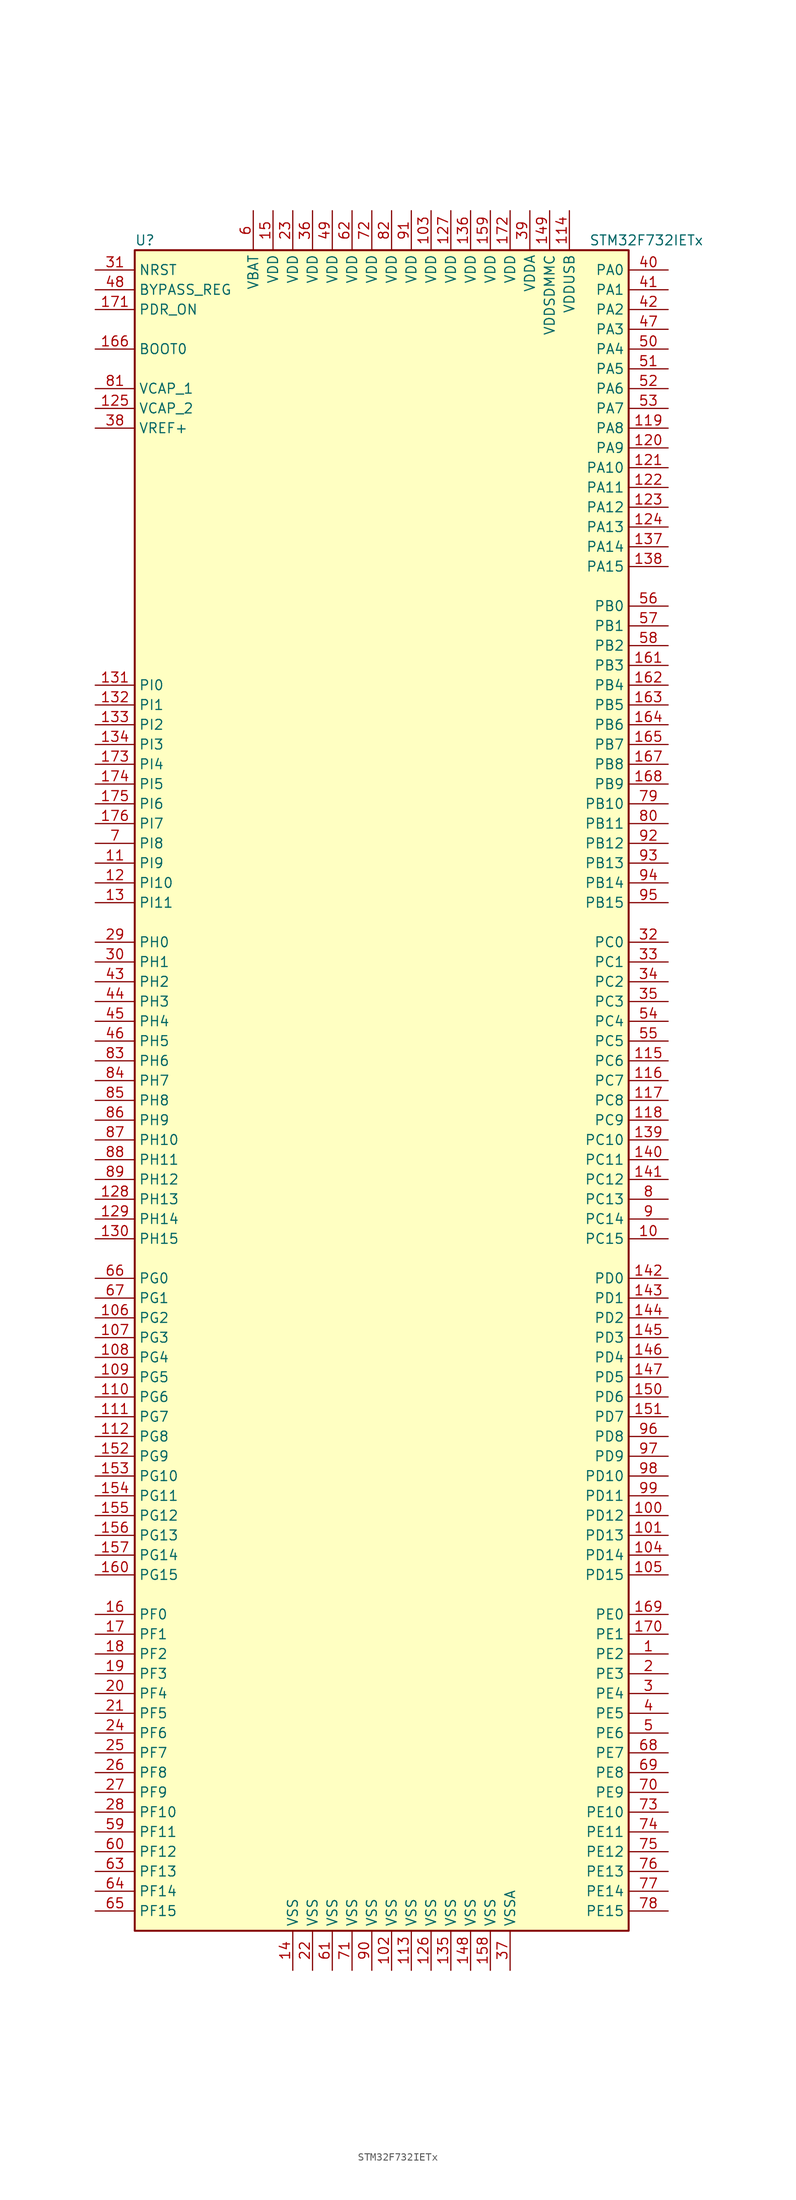
<source format=kicad_sym>
(kicad_symbol_lib
  (version 20201005)
  (generator kicad_symbol_editor)
  (symbol "STM32F732IETx"
    (property "Reference" "U"
      (at -33.02 107.95 0)
      (effects (font (size 1.27 1.27)) (justify left)))
    (property "Value" "STM32F732IETx"
      (at 25.4 107.95 0)
      (effects (font (size 1.27 1.27)) (justify left)))
    (symbol "STM32F732IETx_0_1"
      (rectangle (start -33.02 -109.22) (end 30.48 106.68) (stroke (width 0.254)) (fill (type background))))
    (symbol "STM32F732IETx_1_1"
      (pin bidirectional line (at 35.56 -73.66 180) (length 5.08) (name "PE2" (effects (font (size 1.27 1.27)))) (number "1" (effects (font (size 1.27 1.27)))))
      (pin bidirectional line (at 35.56 -20.32 180) (length 5.08) (name "PC15" (effects (font (size 1.27 1.27)))) (number "10" (effects (font (size 1.27 1.27)))))
      (pin bidirectional line (at 35.56 -55.88 180) (length 5.08) (name "PD12" (effects (font (size 1.27 1.27)))) (number "100" (effects (font (size 1.27 1.27)))))
      (pin bidirectional line (at 35.56 -58.42 180) (length 5.08) (name "PD13" (effects (font (size 1.27 1.27)))) (number "101" (effects (font (size 1.27 1.27)))))
      (pin power_in line (at 0 -114.3 90) (length 5.08) (name "VSS" (effects (font (size 1.27 1.27)))) (number "102" (effects (font (size 1.27 1.27)))))
      (pin power_in line (at 5.08 111.76 270) (length 5.08) (name "VDD" (effects (font (size 1.27 1.27)))) (number "103" (effects (font (size 1.27 1.27)))))
      (pin bidirectional line (at 35.56 -60.96 180) (length 5.08) (name "PD14" (effects (font (size 1.27 1.27)))) (number "104" (effects (font (size 1.27 1.27)))))
      (pin bidirectional line (at 35.56 -63.5 180) (length 5.08) (name "PD15" (effects (font (size 1.27 1.27)))) (number "105" (effects (font (size 1.27 1.27)))))
      (pin bidirectional line (at -38.1 -30.48 0) (length 5.08) (name "PG2" (effects (font (size 1.27 1.27)))) (number "106" (effects (font (size 1.27 1.27)))))
      (pin bidirectional line (at -38.1 -33.02 0) (length 5.08) (name "PG3" (effects (font (size 1.27 1.27)))) (number "107" (effects (font (size 1.27 1.27)))))
      (pin bidirectional line (at -38.1 -35.56 0) (length 5.08) (name "PG4" (effects (font (size 1.27 1.27)))) (number "108" (effects (font (size 1.27 1.27)))))
      (pin bidirectional line (at -38.1 -38.1 0) (length 5.08) (name "PG5" (effects (font (size 1.27 1.27)))) (number "109" (effects (font (size 1.27 1.27)))))
      (pin bidirectional line (at -38.1 27.94 0) (length 5.08) (name "PI9" (effects (font (size 1.27 1.27)))) (number "11" (effects (font (size 1.27 1.27)))))
      (pin bidirectional line (at -38.1 -40.64 0) (length 5.08) (name "PG6" (effects (font (size 1.27 1.27)))) (number "110" (effects (font (size 1.27 1.27)))))
      (pin bidirectional line (at -38.1 -43.18 0) (length 5.08) (name "PG7" (effects (font (size 1.27 1.27)))) (number "111" (effects (font (size 1.27 1.27)))))
      (pin bidirectional line (at -38.1 -45.72 0) (length 5.08) (name "PG8" (effects (font (size 1.27 1.27)))) (number "112" (effects (font (size 1.27 1.27)))))
      (pin power_in line (at 2.54 -114.3 90) (length 5.08) (name "VSS" (effects (font (size 1.27 1.27)))) (number "113" (effects (font (size 1.27 1.27)))))
      (pin power_in line (at 22.86 111.76 270) (length 5.08) (name "VDDUSB" (effects (font (size 1.27 1.27)))) (number "114" (effects (font (size 1.27 1.27)))))
      (pin bidirectional line (at 35.56 2.54 180) (length 5.08) (name "PC6" (effects (font (size 1.27 1.27)))) (number "115" (effects (font (size 1.27 1.27)))))
      (pin bidirectional line (at 35.56 0 180) (length 5.08) (name "PC7" (effects (font (size 1.27 1.27)))) (number "116" (effects (font (size 1.27 1.27)))))
      (pin bidirectional line (at 35.56 -2.54 180) (length 5.08) (name "PC8" (effects (font (size 1.27 1.27)))) (number "117" (effects (font (size 1.27 1.27)))))
      (pin bidirectional line (at 35.56 -5.08 180) (length 5.08) (name "PC9" (effects (font (size 1.27 1.27)))) (number "118" (effects (font (size 1.27 1.27)))))
      (pin bidirectional line (at 35.56 83.82 180) (length 5.08) (name "PA8" (effects (font (size 1.27 1.27)))) (number "119" (effects (font (size 1.27 1.27)))))
      (pin bidirectional line (at -38.1 25.4 0) (length 5.08) (name "PI10" (effects (font (size 1.27 1.27)))) (number "12" (effects (font (size 1.27 1.27)))))
      (pin bidirectional line (at 35.56 81.28 180) (length 5.08) (name "PA9" (effects (font (size 1.27 1.27)))) (number "120" (effects (font (size 1.27 1.27)))))
      (pin bidirectional line (at 35.56 78.74 180) (length 5.08) (name "PA10" (effects (font (size 1.27 1.27)))) (number "121" (effects (font (size 1.27 1.27)))))
      (pin bidirectional line (at 35.56 76.2 180) (length 5.08) (name "PA11" (effects (font (size 1.27 1.27)))) (number "122" (effects (font (size 1.27 1.27)))))
      (pin bidirectional line (at 35.56 73.66 180) (length 5.08) (name "PA12" (effects (font (size 1.27 1.27)))) (number "123" (effects (font (size 1.27 1.27)))))
      (pin bidirectional line (at 35.56 71.12 180) (length 5.08) (name "PA13" (effects (font (size 1.27 1.27)))) (number "124" (effects (font (size 1.27 1.27)))))
      (pin power_in line (at -38.1 86.36 0) (length 5.08) (name "VCAP_2" (effects (font (size 1.27 1.27)))) (number "125" (effects (font (size 1.27 1.27)))))
      (pin power_in line (at 5.08 -114.3 90) (length 5.08) (name "VSS" (effects (font (size 1.27 1.27)))) (number "126" (effects (font (size 1.27 1.27)))))
      (pin power_in line (at 7.62 111.76 270) (length 5.08) (name "VDD" (effects (font (size 1.27 1.27)))) (number "127" (effects (font (size 1.27 1.27)))))
      (pin bidirectional line (at -38.1 -15.24 0) (length 5.08) (name "PH13" (effects (font (size 1.27 1.27)))) (number "128" (effects (font (size 1.27 1.27)))))
      (pin bidirectional line (at -38.1 -17.78 0) (length 5.08) (name "PH14" (effects (font (size 1.27 1.27)))) (number "129" (effects (font (size 1.27 1.27)))))
      (pin bidirectional line (at -38.1 22.86 0) (length 5.08) (name "PI11" (effects (font (size 1.27 1.27)))) (number "13" (effects (font (size 1.27 1.27)))))
      (pin bidirectional line (at -38.1 -20.32 0) (length 5.08) (name "PH15" (effects (font (size 1.27 1.27)))) (number "130" (effects (font (size 1.27 1.27)))))
      (pin bidirectional line (at -38.1 50.8 0) (length 5.08) (name "PI0" (effects (font (size 1.27 1.27)))) (number "131" (effects (font (size 1.27 1.27)))))
      (pin bidirectional line (at -38.1 48.26 0) (length 5.08) (name "PI1" (effects (font (size 1.27 1.27)))) (number "132" (effects (font (size 1.27 1.27)))))
      (pin bidirectional line (at -38.1 45.72 0) (length 5.08) (name "PI2" (effects (font (size 1.27 1.27)))) (number "133" (effects (font (size 1.27 1.27)))))
      (pin bidirectional line (at -38.1 43.18 0) (length 5.08) (name "PI3" (effects (font (size 1.27 1.27)))) (number "134" (effects (font (size 1.27 1.27)))))
      (pin power_in line (at 7.62 -114.3 90) (length 5.08) (name "VSS" (effects (font (size 1.27 1.27)))) (number "135" (effects (font (size 1.27 1.27)))))
      (pin power_in line (at 10.16 111.76 270) (length 5.08) (name "VDD" (effects (font (size 1.27 1.27)))) (number "136" (effects (font (size 1.27 1.27)))))
      (pin bidirectional line (at 35.56 68.58 180) (length 5.08) (name "PA14" (effects (font (size 1.27 1.27)))) (number "137" (effects (font (size 1.27 1.27)))))
      (pin bidirectional line (at 35.56 66.04 180) (length 5.08) (name "PA15" (effects (font (size 1.27 1.27)))) (number "138" (effects (font (size 1.27 1.27)))))
      (pin bidirectional line (at 35.56 -7.62 180) (length 5.08) (name "PC10" (effects (font (size 1.27 1.27)))) (number "139" (effects (font (size 1.27 1.27)))))
      (pin power_in line (at -12.7 -114.3 90) (length 5.08) (name "VSS" (effects (font (size 1.27 1.27)))) (number "14" (effects (font (size 1.27 1.27)))))
      (pin bidirectional line (at 35.56 -10.16 180) (length 5.08) (name "PC11" (effects (font (size 1.27 1.27)))) (number "140" (effects (font (size 1.27 1.27)))))
      (pin bidirectional line (at 35.56 -12.7 180) (length 5.08) (name "PC12" (effects (font (size 1.27 1.27)))) (number "141" (effects (font (size 1.27 1.27)))))
      (pin bidirectional line (at 35.56 -25.4 180) (length 5.08) (name "PD0" (effects (font (size 1.27 1.27)))) (number "142" (effects (font (size 1.27 1.27)))))
      (pin bidirectional line (at 35.56 -27.94 180) (length 5.08) (name "PD1" (effects (font (size 1.27 1.27)))) (number "143" (effects (font (size 1.27 1.27)))))
      (pin bidirectional line (at 35.56 -30.48 180) (length 5.08) (name "PD2" (effects (font (size 1.27 1.27)))) (number "144" (effects (font (size 1.27 1.27)))))
      (pin bidirectional line (at 35.56 -33.02 180) (length 5.08) (name "PD3" (effects (font (size 1.27 1.27)))) (number "145" (effects (font (size 1.27 1.27)))))
      (pin bidirectional line (at 35.56 -35.56 180) (length 5.08) (name "PD4" (effects (font (size 1.27 1.27)))) (number "146" (effects (font (size 1.27 1.27)))))
      (pin bidirectional line (at 35.56 -38.1 180) (length 5.08) (name "PD5" (effects (font (size 1.27 1.27)))) (number "147" (effects (font (size 1.27 1.27)))))
      (pin power_in line (at 10.16 -114.3 90) (length 5.08) (name "VSS" (effects (font (size 1.27 1.27)))) (number "148" (effects (font (size 1.27 1.27)))))
      (pin power_in line (at 20.32 111.76 270) (length 5.08) (name "VDDSDMMC" (effects (font (size 1.27 1.27)))) (number "149" (effects (font (size 1.27 1.27)))))
      (pin power_in line (at -15.24 111.76 270) (length 5.08) (name "VDD" (effects (font (size 1.27 1.27)))) (number "15" (effects (font (size 1.27 1.27)))))
      (pin bidirectional line (at 35.56 -40.64 180) (length 5.08) (name "PD6" (effects (font (size 1.27 1.27)))) (number "150" (effects (font (size 1.27 1.27)))))
      (pin bidirectional line (at 35.56 -43.18 180) (length 5.08) (name "PD7" (effects (font (size 1.27 1.27)))) (number "151" (effects (font (size 1.27 1.27)))))
      (pin bidirectional line (at -38.1 -48.26 0) (length 5.08) (name "PG9" (effects (font (size 1.27 1.27)))) (number "152" (effects (font (size 1.27 1.27)))))
      (pin bidirectional line (at -38.1 -50.8 0) (length 5.08) (name "PG10" (effects (font (size 1.27 1.27)))) (number "153" (effects (font (size 1.27 1.27)))))
      (pin bidirectional line (at -38.1 -53.34 0) (length 5.08) (name "PG11" (effects (font (size 1.27 1.27)))) (number "154" (effects (font (size 1.27 1.27)))))
      (pin bidirectional line (at -38.1 -55.88 0) (length 5.08) (name "PG12" (effects (font (size 1.27 1.27)))) (number "155" (effects (font (size 1.27 1.27)))))
      (pin bidirectional line (at -38.1 -58.42 0) (length 5.08) (name "PG13" (effects (font (size 1.27 1.27)))) (number "156" (effects (font (size 1.27 1.27)))))
      (pin bidirectional line (at -38.1 -60.96 0) (length 5.08) (name "PG14" (effects (font (size 1.27 1.27)))) (number "157" (effects (font (size 1.27 1.27)))))
      (pin power_in line (at 12.7 -114.3 90) (length 5.08) (name "VSS" (effects (font (size 1.27 1.27)))) (number "158" (effects (font (size 1.27 1.27)))))
      (pin power_in line (at 12.7 111.76 270) (length 5.08) (name "VDD" (effects (font (size 1.27 1.27)))) (number "159" (effects (font (size 1.27 1.27)))))
      (pin bidirectional line (at -38.1 -68.58 0) (length 5.08) (name "PF0" (effects (font (size 1.27 1.27)))) (number "16" (effects (font (size 1.27 1.27)))))
      (pin bidirectional line (at -38.1 -63.5 0) (length 5.08) (name "PG15" (effects (font (size 1.27 1.27)))) (number "160" (effects (font (size 1.27 1.27)))))
      (pin bidirectional line (at 35.56 53.34 180) (length 5.08) (name "PB3" (effects (font (size 1.27 1.27)))) (number "161" (effects (font (size 1.27 1.27)))))
      (pin bidirectional line (at 35.56 50.8 180) (length 5.08) (name "PB4" (effects (font (size 1.27 1.27)))) (number "162" (effects (font (size 1.27 1.27)))))
      (pin bidirectional line (at 35.56 48.26 180) (length 5.08) (name "PB5" (effects (font (size 1.27 1.27)))) (number "163" (effects (font (size 1.27 1.27)))))
      (pin bidirectional line (at 35.56 45.72 180) (length 5.08) (name "PB6" (effects (font (size 1.27 1.27)))) (number "164" (effects (font (size 1.27 1.27)))))
      (pin bidirectional line (at 35.56 43.18 180) (length 5.08) (name "PB7" (effects (font (size 1.27 1.27)))) (number "165" (effects (font (size 1.27 1.27)))))
      (pin input line (at -38.1 93.98 0) (length 5.08) (name "BOOT0" (effects (font (size 1.27 1.27)))) (number "166" (effects (font (size 1.27 1.27)))))
      (pin bidirectional line (at 35.56 40.64 180) (length 5.08) (name "PB8" (effects (font (size 1.27 1.27)))) (number "167" (effects (font (size 1.27 1.27)))))
      (pin bidirectional line (at 35.56 38.1 180) (length 5.08) (name "PB9" (effects (font (size 1.27 1.27)))) (number "168" (effects (font (size 1.27 1.27)))))
      (pin bidirectional line (at 35.56 -68.58 180) (length 5.08) (name "PE0" (effects (font (size 1.27 1.27)))) (number "169" (effects (font (size 1.27 1.27)))))
      (pin bidirectional line (at -38.1 -71.12 0) (length 5.08) (name "PF1" (effects (font (size 1.27 1.27)))) (number "17" (effects (font (size 1.27 1.27)))))
      (pin bidirectional line (at 35.56 -71.12 180) (length 5.08) (name "PE1" (effects (font (size 1.27 1.27)))) (number "170" (effects (font (size 1.27 1.27)))))
      (pin input line (at -38.1 99.06 0) (length 5.08) (name "PDR_ON" (effects (font (size 1.27 1.27)))) (number "171" (effects (font (size 1.27 1.27)))))
      (pin power_in line (at 15.24 111.76 270) (length 5.08) (name "VDD" (effects (font (size 1.27 1.27)))) (number "172" (effects (font (size 1.27 1.27)))))
      (pin bidirectional line (at -38.1 40.64 0) (length 5.08) (name "PI4" (effects (font (size 1.27 1.27)))) (number "173" (effects (font (size 1.27 1.27)))))
      (pin bidirectional line (at -38.1 38.1 0) (length 5.08) (name "PI5" (effects (font (size 1.27 1.27)))) (number "174" (effects (font (size 1.27 1.27)))))
      (pin bidirectional line (at -38.1 35.56 0) (length 5.08) (name "PI6" (effects (font (size 1.27 1.27)))) (number "175" (effects (font (size 1.27 1.27)))))
      (pin bidirectional line (at -38.1 33.02 0) (length 5.08) (name "PI7" (effects (font (size 1.27 1.27)))) (number "176" (effects (font (size 1.27 1.27)))))
      (pin bidirectional line (at -38.1 -73.66 0) (length 5.08) (name "PF2" (effects (font (size 1.27 1.27)))) (number "18" (effects (font (size 1.27 1.27)))))
      (pin bidirectional line (at -38.1 -76.2 0) (length 5.08) (name "PF3" (effects (font (size 1.27 1.27)))) (number "19" (effects (font (size 1.27 1.27)))))
      (pin bidirectional line (at 35.56 -76.2 180) (length 5.08) (name "PE3" (effects (font (size 1.27 1.27)))) (number "2" (effects (font (size 1.27 1.27)))))
      (pin bidirectional line (at -38.1 -78.74 0) (length 5.08) (name "PF4" (effects (font (size 1.27 1.27)))) (number "20" (effects (font (size 1.27 1.27)))))
      (pin bidirectional line (at -38.1 -81.28 0) (length 5.08) (name "PF5" (effects (font (size 1.27 1.27)))) (number "21" (effects (font (size 1.27 1.27)))))
      (pin power_in line (at -10.16 -114.3 90) (length 5.08) (name "VSS" (effects (font (size 1.27 1.27)))) (number "22" (effects (font (size 1.27 1.27)))))
      (pin power_in line (at -12.7 111.76 270) (length 5.08) (name "VDD" (effects (font (size 1.27 1.27)))) (number "23" (effects (font (size 1.27 1.27)))))
      (pin bidirectional line (at -38.1 -83.82 0) (length 5.08) (name "PF6" (effects (font (size 1.27 1.27)))) (number "24" (effects (font (size 1.27 1.27)))))
      (pin bidirectional line (at -38.1 -86.36 0) (length 5.08) (name "PF7" (effects (font (size 1.27 1.27)))) (number "25" (effects (font (size 1.27 1.27)))))
      (pin bidirectional line (at -38.1 -88.9 0) (length 5.08) (name "PF8" (effects (font (size 1.27 1.27)))) (number "26" (effects (font (size 1.27 1.27)))))
      (pin bidirectional line (at -38.1 -91.44 0) (length 5.08) (name "PF9" (effects (font (size 1.27 1.27)))) (number "27" (effects (font (size 1.27 1.27)))))
      (pin bidirectional line (at -38.1 -93.98 0) (length 5.08) (name "PF10" (effects (font (size 1.27 1.27)))) (number "28" (effects (font (size 1.27 1.27)))))
      (pin input line (at -38.1 17.78 0) (length 5.08) (name "PH0" (effects (font (size 1.27 1.27)))) (number "29" (effects (font (size 1.27 1.27)))))
      (pin bidirectional line (at 35.56 -78.74 180) (length 5.08) (name "PE4" (effects (font (size 1.27 1.27)))) (number "3" (effects (font (size 1.27 1.27)))))
      (pin input line (at -38.1 15.24 0) (length 5.08) (name "PH1" (effects (font (size 1.27 1.27)))) (number "30" (effects (font (size 1.27 1.27)))))
      (pin input line (at -38.1 104.14 0) (length 5.08) (name "NRST" (effects (font (size 1.27 1.27)))) (number "31" (effects (font (size 1.27 1.27)))))
      (pin bidirectional line (at 35.56 17.78 180) (length 5.08) (name "PC0" (effects (font (size 1.27 1.27)))) (number "32" (effects (font (size 1.27 1.27)))))
      (pin bidirectional line (at 35.56 15.24 180) (length 5.08) (name "PC1" (effects (font (size 1.27 1.27)))) (number "33" (effects (font (size 1.27 1.27)))))
      (pin bidirectional line (at 35.56 12.7 180) (length 5.08) (name "PC2" (effects (font (size 1.27 1.27)))) (number "34" (effects (font (size 1.27 1.27)))))
      (pin bidirectional line (at 35.56 10.16 180) (length 5.08) (name "PC3" (effects (font (size 1.27 1.27)))) (number "35" (effects (font (size 1.27 1.27)))))
      (pin power_in line (at -10.16 111.76 270) (length 5.08) (name "VDD" (effects (font (size 1.27 1.27)))) (number "36" (effects (font (size 1.27 1.27)))))
      (pin power_in line (at 15.24 -114.3 90) (length 5.08) (name "VSSA" (effects (font (size 1.27 1.27)))) (number "37" (effects (font (size 1.27 1.27)))))
      (pin power_in line (at -38.1 83.82 0) (length 5.08) (name "VREF+" (effects (font (size 1.27 1.27)))) (number "38" (effects (font (size 1.27 1.27)))))
      (pin power_in line (at 17.78 111.76 270) (length 5.08) (name "VDDA" (effects (font (size 1.27 1.27)))) (number "39" (effects (font (size 1.27 1.27)))))
      (pin bidirectional line (at 35.56 -81.28 180) (length 5.08) (name "PE5" (effects (font (size 1.27 1.27)))) (number "4" (effects (font (size 1.27 1.27)))))
      (pin bidirectional line (at 35.56 104.14 180) (length 5.08) (name "PA0" (effects (font (size 1.27 1.27)))) (number "40" (effects (font (size 1.27 1.27)))))
      (pin bidirectional line (at 35.56 101.6 180) (length 5.08) (name "PA1" (effects (font (size 1.27 1.27)))) (number "41" (effects (font (size 1.27 1.27)))))
      (pin bidirectional line (at 35.56 99.06 180) (length 5.08) (name "PA2" (effects (font (size 1.27 1.27)))) (number "42" (effects (font (size 1.27 1.27)))))
      (pin bidirectional line (at -38.1 12.7 0) (length 5.08) (name "PH2" (effects (font (size 1.27 1.27)))) (number "43" (effects (font (size 1.27 1.27)))))
      (pin bidirectional line (at -38.1 10.16 0) (length 5.08) (name "PH3" (effects (font (size 1.27 1.27)))) (number "44" (effects (font (size 1.27 1.27)))))
      (pin bidirectional line (at -38.1 7.62 0) (length 5.08) (name "PH4" (effects (font (size 1.27 1.27)))) (number "45" (effects (font (size 1.27 1.27)))))
      (pin bidirectional line (at -38.1 5.08 0) (length 5.08) (name "PH5" (effects (font (size 1.27 1.27)))) (number "46" (effects (font (size 1.27 1.27)))))
      (pin bidirectional line (at 35.56 96.52 180) (length 5.08) (name "PA3" (effects (font (size 1.27 1.27)))) (number "47" (effects (font (size 1.27 1.27)))))
      (pin input line (at -38.1 101.6 0) (length 5.08) (name "BYPASS_REG" (effects (font (size 1.27 1.27)))) (number "48" (effects (font (size 1.27 1.27)))))
      (pin power_in line (at -7.62 111.76 270) (length 5.08) (name "VDD" (effects (font (size 1.27 1.27)))) (number "49" (effects (font (size 1.27 1.27)))))
      (pin bidirectional line (at 35.56 -83.82 180) (length 5.08) (name "PE6" (effects (font (size 1.27 1.27)))) (number "5" (effects (font (size 1.27 1.27)))))
      (pin bidirectional line (at 35.56 93.98 180) (length 5.08) (name "PA4" (effects (font (size 1.27 1.27)))) (number "50" (effects (font (size 1.27 1.27)))))
      (pin bidirectional line (at 35.56 91.44 180) (length 5.08) (name "PA5" (effects (font (size 1.27 1.27)))) (number "51" (effects (font (size 1.27 1.27)))))
      (pin bidirectional line (at 35.56 88.9 180) (length 5.08) (name "PA6" (effects (font (size 1.27 1.27)))) (number "52" (effects (font (size 1.27 1.27)))))
      (pin bidirectional line (at 35.56 86.36 180) (length 5.08) (name "PA7" (effects (font (size 1.27 1.27)))) (number "53" (effects (font (size 1.27 1.27)))))
      (pin bidirectional line (at 35.56 7.62 180) (length 5.08) (name "PC4" (effects (font (size 1.27 1.27)))) (number "54" (effects (font (size 1.27 1.27)))))
      (pin bidirectional line (at 35.56 5.08 180) (length 5.08) (name "PC5" (effects (font (size 1.27 1.27)))) (number "55" (effects (font (size 1.27 1.27)))))
      (pin bidirectional line (at 35.56 60.96 180) (length 5.08) (name "PB0" (effects (font (size 1.27 1.27)))) (number "56" (effects (font (size 1.27 1.27)))))
      (pin bidirectional line (at 35.56 58.42 180) (length 5.08) (name "PB1" (effects (font (size 1.27 1.27)))) (number "57" (effects (font (size 1.27 1.27)))))
      (pin bidirectional line (at 35.56 55.88 180) (length 5.08) (name "PB2" (effects (font (size 1.27 1.27)))) (number "58" (effects (font (size 1.27 1.27)))))
      (pin bidirectional line (at -38.1 -96.52 0) (length 5.08) (name "PF11" (effects (font (size 1.27 1.27)))) (number "59" (effects (font (size 1.27 1.27)))))
      (pin power_in line (at -17.78 111.76 270) (length 5.08) (name "VBAT" (effects (font (size 1.27 1.27)))) (number "6" (effects (font (size 1.27 1.27)))))
      (pin bidirectional line (at -38.1 -99.06 0) (length 5.08) (name "PF12" (effects (font (size 1.27 1.27)))) (number "60" (effects (font (size 1.27 1.27)))))
      (pin power_in line (at -7.62 -114.3 90) (length 5.08) (name "VSS" (effects (font (size 1.27 1.27)))) (number "61" (effects (font (size 1.27 1.27)))))
      (pin power_in line (at -5.08 111.76 270) (length 5.08) (name "VDD" (effects (font (size 1.27 1.27)))) (number "62" (effects (font (size 1.27 1.27)))))
      (pin bidirectional line (at -38.1 -101.6 0) (length 5.08) (name "PF13" (effects (font (size 1.27 1.27)))) (number "63" (effects (font (size 1.27 1.27)))))
      (pin bidirectional line (at -38.1 -104.14 0) (length 5.08) (name "PF14" (effects (font (size 1.27 1.27)))) (number "64" (effects (font (size 1.27 1.27)))))
      (pin bidirectional line (at -38.1 -106.68 0) (length 5.08) (name "PF15" (effects (font (size 1.27 1.27)))) (number "65" (effects (font (size 1.27 1.27)))))
      (pin bidirectional line (at -38.1 -25.4 0) (length 5.08) (name "PG0" (effects (font (size 1.27 1.27)))) (number "66" (effects (font (size 1.27 1.27)))))
      (pin bidirectional line (at -38.1 -27.94 0) (length 5.08) (name "PG1" (effects (font (size 1.27 1.27)))) (number "67" (effects (font (size 1.27 1.27)))))
      (pin bidirectional line (at 35.56 -86.36 180) (length 5.08) (name "PE7" (effects (font (size 1.27 1.27)))) (number "68" (effects (font (size 1.27 1.27)))))
      (pin bidirectional line (at 35.56 -88.9 180) (length 5.08) (name "PE8" (effects (font (size 1.27 1.27)))) (number "69" (effects (font (size 1.27 1.27)))))
      (pin bidirectional line (at -38.1 30.48 0) (length 5.08) (name "PI8" (effects (font (size 1.27 1.27)))) (number "7" (effects (font (size 1.27 1.27)))))
      (pin bidirectional line (at 35.56 -91.44 180) (length 5.08) (name "PE9" (effects (font (size 1.27 1.27)))) (number "70" (effects (font (size 1.27 1.27)))))
      (pin power_in line (at -5.08 -114.3 90) (length 5.08) (name "VSS" (effects (font (size 1.27 1.27)))) (number "71" (effects (font (size 1.27 1.27)))))
      (pin power_in line (at -2.54 111.76 270) (length 5.08) (name "VDD" (effects (font (size 1.27 1.27)))) (number "72" (effects (font (size 1.27 1.27)))))
      (pin bidirectional line (at 35.56 -93.98 180) (length 5.08) (name "PE10" (effects (font (size 1.27 1.27)))) (number "73" (effects (font (size 1.27 1.27)))))
      (pin bidirectional line (at 35.56 -96.52 180) (length 5.08) (name "PE11" (effects (font (size 1.27 1.27)))) (number "74" (effects (font (size 1.27 1.27)))))
      (pin bidirectional line (at 35.56 -99.06 180) (length 5.08) (name "PE12" (effects (font (size 1.27 1.27)))) (number "75" (effects (font (size 1.27 1.27)))))
      (pin bidirectional line (at 35.56 -101.6 180) (length 5.08) (name "PE13" (effects (font (size 1.27 1.27)))) (number "76" (effects (font (size 1.27 1.27)))))
      (pin bidirectional line (at 35.56 -104.14 180) (length 5.08) (name "PE14" (effects (font (size 1.27 1.27)))) (number "77" (effects (font (size 1.27 1.27)))))
      (pin bidirectional line (at 35.56 -106.68 180) (length 5.08) (name "PE15" (effects (font (size 1.27 1.27)))) (number "78" (effects (font (size 1.27 1.27)))))
      (pin bidirectional line (at 35.56 35.56 180) (length 5.08) (name "PB10" (effects (font (size 1.27 1.27)))) (number "79" (effects (font (size 1.27 1.27)))))
      (pin bidirectional line (at 35.56 -15.24 180) (length 5.08) (name "PC13" (effects (font (size 1.27 1.27)))) (number "8" (effects (font (size 1.27 1.27)))))
      (pin bidirectional line (at 35.56 33.02 180) (length 5.08) (name "PB11" (effects (font (size 1.27 1.27)))) (number "80" (effects (font (size 1.27 1.27)))))
      (pin power_in line (at -38.1 88.9 0) (length 5.08) (name "VCAP_1" (effects (font (size 1.27 1.27)))) (number "81" (effects (font (size 1.27 1.27)))))
      (pin power_in line (at 0 111.76 270) (length 5.08) (name "VDD" (effects (font (size 1.27 1.27)))) (number "82" (effects (font (size 1.27 1.27)))))
      (pin bidirectional line (at -38.1 2.54 0) (length 5.08) (name "PH6" (effects (font (size 1.27 1.27)))) (number "83" (effects (font (size 1.27 1.27)))))
      (pin bidirectional line (at -38.1 0 0) (length 5.08) (name "PH7" (effects (font (size 1.27 1.27)))) (number "84" (effects (font (size 1.27 1.27)))))
      (pin bidirectional line (at -38.1 -2.54 0) (length 5.08) (name "PH8" (effects (font (size 1.27 1.27)))) (number "85" (effects (font (size 1.27 1.27)))))
      (pin bidirectional line (at -38.1 -5.08 0) (length 5.08) (name "PH9" (effects (font (size 1.27 1.27)))) (number "86" (effects (font (size 1.27 1.27)))))
      (pin bidirectional line (at -38.1 -7.62 0) (length 5.08) (name "PH10" (effects (font (size 1.27 1.27)))) (number "87" (effects (font (size 1.27 1.27)))))
      (pin bidirectional line (at -38.1 -10.16 0) (length 5.08) (name "PH11" (effects (font (size 1.27 1.27)))) (number "88" (effects (font (size 1.27 1.27)))))
      (pin bidirectional line (at -38.1 -12.7 0) (length 5.08) (name "PH12" (effects (font (size 1.27 1.27)))) (number "89" (effects (font (size 1.27 1.27)))))
      (pin bidirectional line (at 35.56 -17.78 180) (length 5.08) (name "PC14" (effects (font (size 1.27 1.27)))) (number "9" (effects (font (size 1.27 1.27)))))
      (pin power_in line (at -2.54 -114.3 90) (length 5.08) (name "VSS" (effects (font (size 1.27 1.27)))) (number "90" (effects (font (size 1.27 1.27)))))
      (pin power_in line (at 2.54 111.76 270) (length 5.08) (name "VDD" (effects (font (size 1.27 1.27)))) (number "91" (effects (font (size 1.27 1.27)))))
      (pin bidirectional line (at 35.56 30.48 180) (length 5.08) (name "PB12" (effects (font (size 1.27 1.27)))) (number "92" (effects (font (size 1.27 1.27)))))
      (pin bidirectional line (at 35.56 27.94 180) (length 5.08) (name "PB13" (effects (font (size 1.27 1.27)))) (number "93" (effects (font (size 1.27 1.27)))))
      (pin bidirectional line (at 35.56 25.4 180) (length 5.08) (name "PB14" (effects (font (size 1.27 1.27)))) (number "94" (effects (font (size 1.27 1.27)))))
      (pin bidirectional line (at 35.56 22.86 180) (length 5.08) (name "PB15" (effects (font (size 1.27 1.27)))) (number "95" (effects (font (size 1.27 1.27)))))
      (pin bidirectional line (at 35.56 -45.72 180) (length 5.08) (name "PD8" (effects (font (size 1.27 1.27)))) (number "96" (effects (font (size 1.27 1.27)))))
      (pin bidirectional line (at 35.56 -48.26 180) (length 5.08) (name "PD9" (effects (font (size 1.27 1.27)))) (number "97" (effects (font (size 1.27 1.27)))))
      (pin bidirectional line (at 35.56 -50.8 180) (length 5.08) (name "PD10" (effects (font (size 1.27 1.27)))) (number "98" (effects (font (size 1.27 1.27)))))
      (pin bidirectional line (at 35.56 -53.34 180) (length 5.08) (name "PD11" (effects (font (size 1.27 1.27)))) (number "99" (effects (font (size 1.27 1.27))))))))
</source>
